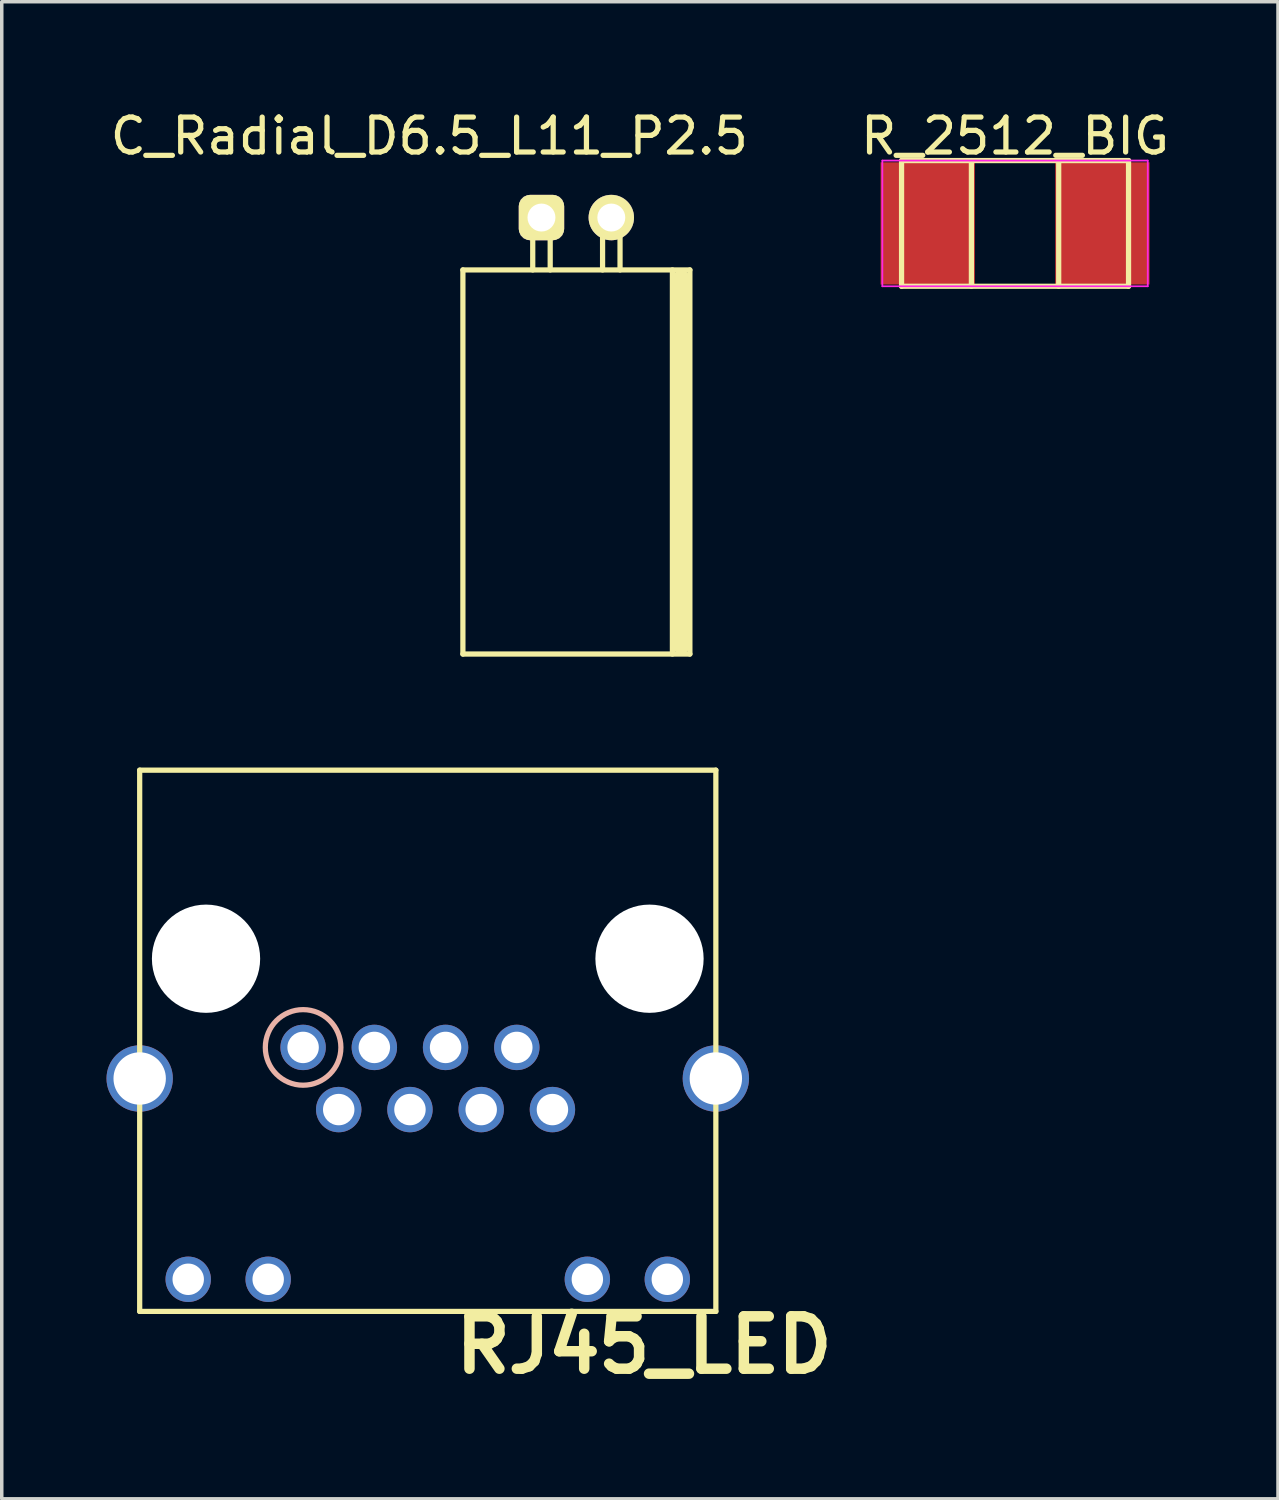
<source format=kicad_pcb>
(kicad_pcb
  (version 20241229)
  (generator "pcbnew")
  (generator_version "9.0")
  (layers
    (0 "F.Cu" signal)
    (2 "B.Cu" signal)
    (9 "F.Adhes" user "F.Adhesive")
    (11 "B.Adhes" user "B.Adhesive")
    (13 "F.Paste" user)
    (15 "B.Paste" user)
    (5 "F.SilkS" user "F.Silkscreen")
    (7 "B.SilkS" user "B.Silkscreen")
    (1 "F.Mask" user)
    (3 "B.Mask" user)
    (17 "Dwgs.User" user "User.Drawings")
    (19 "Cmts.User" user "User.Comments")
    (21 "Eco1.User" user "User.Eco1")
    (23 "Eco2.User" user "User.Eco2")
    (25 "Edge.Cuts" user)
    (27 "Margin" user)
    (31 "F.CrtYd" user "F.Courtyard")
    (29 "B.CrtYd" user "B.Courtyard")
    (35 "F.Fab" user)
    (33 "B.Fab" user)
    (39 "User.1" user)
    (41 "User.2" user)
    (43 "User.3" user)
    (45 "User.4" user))
  (footprint "C_Radial_D6.5_L11_P2.5"
    (layer "F.Cu")
    (at 12.456 3.18)
    (property "Reference" "C_Radial_D6.5_L11_P2.5" (at -3.212 -2.332 0) (layer "F.SilkS") (effects (font (size 1 1) (thickness 0.15))))
    (attr through_hole)
    (fp_line (start -2.25 1.5) (end -2.25 12.5) (stroke (width 0.15) (type solid)) (layer "F.SilkS"))
    (fp_line (start -2.25 1.5) (end 4.25 1.5) (stroke (width 0.15) (type solid)) (layer "F.SilkS"))
    (fp_line (start -2.25 12.5) (end 4.25 12.5) (stroke (width 0.15) (type solid)) (layer "F.SilkS"))
    (fp_line (start -0.25 -0.25) (end 0.25 -0.25) (stroke (width 0.15) (type solid)) (layer "F.SilkS"))
    (fp_line (start -0.25 0) (end -0.25 -0.25) (stroke (width 0.15) (type solid)) (layer "F.SilkS"))
    (fp_line (start -0.25 1.5) (end -0.25 0) (stroke (width 0.15) (type solid)) (layer "F.SilkS"))
    (fp_line (start 0.25 -0.25) (end 0.25 1.5) (stroke (width 0.15) (type solid)) (layer "F.SilkS"))
    (fp_line (start 1.75 -0.25) (end 2.25 -0.25) (stroke (width 0.15) (type solid)) (layer "F.SilkS"))
    (fp_line (start 1.75 1.5) (end 1.75 -0.25) (stroke (width 0.15) (type solid)) (layer "F.SilkS"))
    (fp_line (start 2.25 -0.25) (end 2.25 1.5) (stroke (width 0.15) (type solid)) (layer "F.SilkS"))
    (fp_line (start 3.75 1.5) (end 3.75 12.5) (stroke (width 0.15) (type solid)) (layer "F.SilkS"))
    (fp_line (start 4 1.75) (end 4 12.25) (stroke (width 0.5) (type solid)) (layer "F.SilkS"))
    (fp_line (start 4.25 12.5) (end 4.25 1.5) (stroke (width 0.15) (type solid)) (layer "F.SilkS"))
    (pad "1" thru_hole roundrect (at 0 0) (size 1.3 1.3) (drill 0.8) (layers "*.Cu" "*.Mask" "F.SilkS") (roundrect_rratio 0.25))
    (pad "2" thru_hole circle (at 2 0) (size 1.3 1.3) (drill 0.8) (layers "*.Cu" "*.Mask" "F.SilkS")))
  (footprint "RJ45_LED"
    (layer "F.Cu")
    (at 9.2 19.005)
    (property "Reference" "RJ45_LED" (at 6.194 16.462 0) (layer "F.SilkS") (effects (font (size 1.5 1.5) (thickness 0.3))))
    (attr through_hole)
    (fp_line (start -8.25 0) (end -8.25 15.5) (stroke (width 0.15) (type solid)) (layer "F.SilkS"))
    (fp_line (start -8.25 15.5) (end 8.25 15.5) (stroke (width 0.15) (type solid)) (layer "F.SilkS"))
    (fp_line (start 8.25 0) (end -8.25 0) (stroke (width 0.15) (type solid)) (layer "F.SilkS"))
    (fp_line (start 8.25 15.5) (end 8.25 0) (stroke (width 0.15) (type solid)) (layer "F.SilkS"))
    (fp_circle (center -3.57 7.94) (end -3.556 6.858) (stroke (width 0.15) (type solid)) (fill no) (layer "B.SilkS"))
    (pad "" np_thru_hole circle (at -6.35 5.4) (size 3.1 3.1) (drill 3.1) (layers "*.Cu" "*.Mask"))
    (pad "" np_thru_hole circle (at 6.35 5.4) (size 3.1 3.1) (drill 3.1) (layers "*.Cu" "*.Mask"))
    (pad "1" thru_hole circle (at -3.57 7.94) (size 1.3 1.3) (drill 0.9) (layers "*.Cu" "*.Mask"))
    (pad "2" thru_hole circle (at -2.55 9.72) (size 1.3 1.3) (drill 0.9) (layers "*.Cu" "*.Mask"))
    (pad "3" thru_hole circle (at -1.53 7.94) (size 1.3 1.3) (drill 0.9) (layers "*.Cu" "*.Mask"))
    (pad "4" thru_hole circle (at -0.51 9.72) (size 1.3 1.3) (drill 0.9) (layers "*.Cu" "*.Mask"))
    (pad "5" thru_hole circle (at 0.51 7.94) (size 1.3 1.3) (drill 0.9) (layers "*.Cu" "*.Mask"))
    (pad "6" thru_hole circle (at 1.53 9.72) (size 1.3 1.3) (drill 0.9) (layers "*.Cu" "*.Mask"))
    (pad "7" thru_hole circle (at 2.55 7.94) (size 1.3 1.3) (drill 0.9) (layers "*.Cu" "*.Mask"))
    (pad "8" thru_hole circle (at 3.57 9.72) (size 1.3 1.3) (drill 0.9) (layers "*.Cu" "*.Mask"))
    (pad "9" thru_hole circle (at 4.57 14.58) (size 1.3 1.3) (drill 0.9) (layers "*.Cu" "*.Mask"))
    (pad "10" thru_hole circle (at 6.86 14.58) (size 1.3 1.3) (drill 0.9) (layers "*.Cu" "*.Mask"))
    (pad "11" thru_hole circle (at -6.86 14.58) (size 1.3 1.3) (drill 0.9) (layers "*.Cu" "*.Mask"))
    (pad "12" thru_hole circle (at -4.57 14.58) (size 1.3 1.3) (drill 0.9) (layers "*.Cu" "*.Mask"))
    (pad "13" thru_hole circle (at -8.25 8.83) (size 1.9 1.9) (drill 1.5) (layers "*.Cu" "*.Mask"))
    (pad "13" thru_hole circle (at 8.25 8.83) (size 1.9 1.9) (drill 1.5) (layers "*.Cu" "*.Mask")))
  (footprint "R_2512_BIG"
    (layer "F.Cu")
    (at 26.018 3.348)
    (property "Reference" "R_2512_BIG" (at 0 -2.5 0) (layer "F.SilkS") (effects (font (size 1 1) (thickness 0.15))))
    (attr smd)
    (fp_line (start -3.25 -1.8) (end -3.25 1.8) (stroke (width 0.15) (type solid)) (layer "F.SilkS"))
    (fp_line (start -3.25 1.8) (end 3.25 1.8) (stroke (width 0.15) (type solid)) (layer "F.SilkS"))
    (fp_line (start -1.25 -1.8) (end -1.25 1.8) (stroke (width 0.15) (type solid)) (layer "F.SilkS"))
    (fp_line (start 1.25 1.8) (end 1.25 -1.8) (stroke (width 0.15) (type solid)) (layer "F.SilkS"))
    (fp_line (start 3.25 -1.8) (end -3.25 -1.8) (stroke (width 0.15) (type solid)) (layer "F.SilkS"))
    (fp_line (start 3.25 1.8) (end 3.25 -1.8) (stroke (width 0.15) (type solid)) (layer "F.SilkS"))
    (fp_line (start -3.8 -1.8) (end -3.8 1.8) (stroke (width 0.05) (type solid)) (layer "F.CrtYd"))
    (fp_line (start -3.8 -1.8) (end 3.8 -1.8) (stroke (width 0.05) (type solid)) (layer "F.CrtYd"))
    (fp_line (start -3.8 1.8) (end 3.8 1.8) (stroke (width 0.05) (type solid)) (layer "F.CrtYd"))
    (fp_line (start 3.8 -1.8) (end 3.8 1.8) (stroke (width 0.05) (type solid)) (layer "F.CrtYd"))
    (pad "1" smd rect (at -2.5 0) (size 2.7 3.5) (layers "F.Cu" "F.Mask" "F.Paste"))
    (pad "2" smd rect (at 2.5 0) (size 2.7 3.5) (layers "F.Cu" "F.Mask" "F.Paste")))
  (gr_rect
    (start -3 -3)
    (end 33.548 39.871)
    (stroke (width 0.1) (type default))
    (fill no)
    (layer "Edge.Cuts")))
</source>
